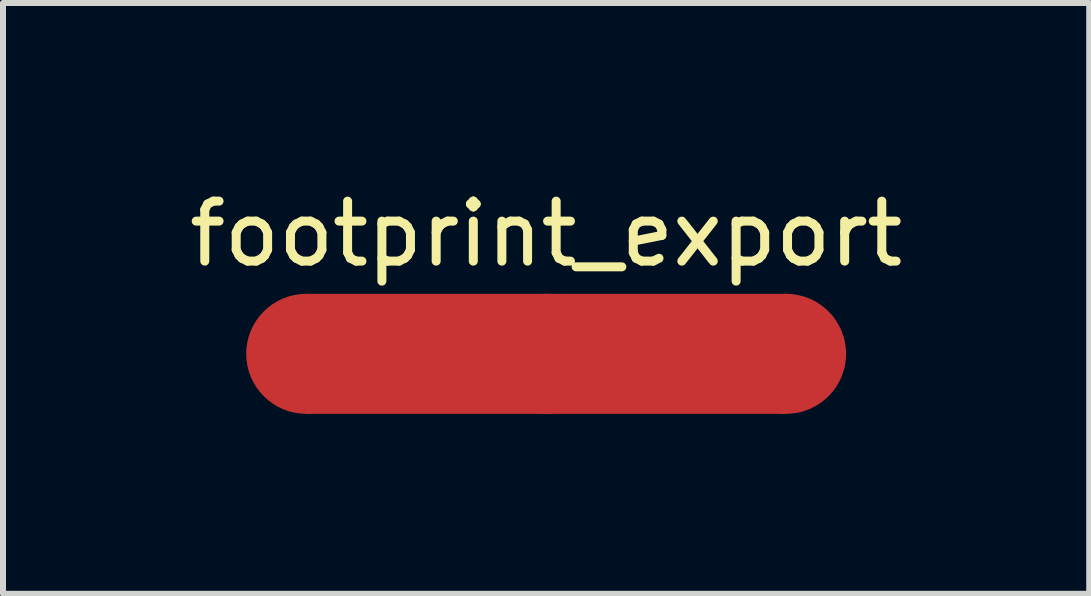
<source format=kicad_pcb>
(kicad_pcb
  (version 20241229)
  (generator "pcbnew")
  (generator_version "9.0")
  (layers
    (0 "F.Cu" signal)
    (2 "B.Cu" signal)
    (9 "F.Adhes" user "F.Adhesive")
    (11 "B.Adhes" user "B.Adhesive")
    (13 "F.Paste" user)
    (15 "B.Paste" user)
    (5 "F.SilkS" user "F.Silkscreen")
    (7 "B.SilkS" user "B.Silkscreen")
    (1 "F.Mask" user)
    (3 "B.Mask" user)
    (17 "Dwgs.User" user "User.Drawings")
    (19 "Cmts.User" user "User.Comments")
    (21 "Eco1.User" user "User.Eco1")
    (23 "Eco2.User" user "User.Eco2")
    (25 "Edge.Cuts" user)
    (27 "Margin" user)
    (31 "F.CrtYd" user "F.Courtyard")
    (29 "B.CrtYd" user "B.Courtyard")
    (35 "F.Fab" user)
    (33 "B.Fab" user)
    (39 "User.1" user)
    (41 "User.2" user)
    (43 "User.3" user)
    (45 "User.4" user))
  (footprint "footprint_export"
    (layer "F.Cu")
    (at 6.054 2.848)
    (property "Reference" "footprint_export" (at 0 -2 0) (layer "F.SilkS") (effects (font (size 1 1) (thickness 0.15))))
    (attr exclude_from_pos_files exclude_from_bom allow_missing_courtyard)
    (fp_poly (pts (xy -4 -1) (xy 4 -1) (xy 4 1) (xy -4 1)) (stroke (width 0) (type solid)) (fill yes) (layer "F.Cu"))
    (pad "1" smd circle (at -4 0) (size 2 2) (layers "F.Cu"))
    (pad "2" smd circle (at 0 0) (size 2 2) (layers "F.Cu"))
    (pad "3" smd circle (at 4 0) (size 2 2) (layers "F.Cu")))
  (gr_rect
    (start -3 -3)
    (end 15.107 6.848)
    (stroke (width 0.1) (type default))
    (fill no)
    (layer "Edge.Cuts")))
</source>
